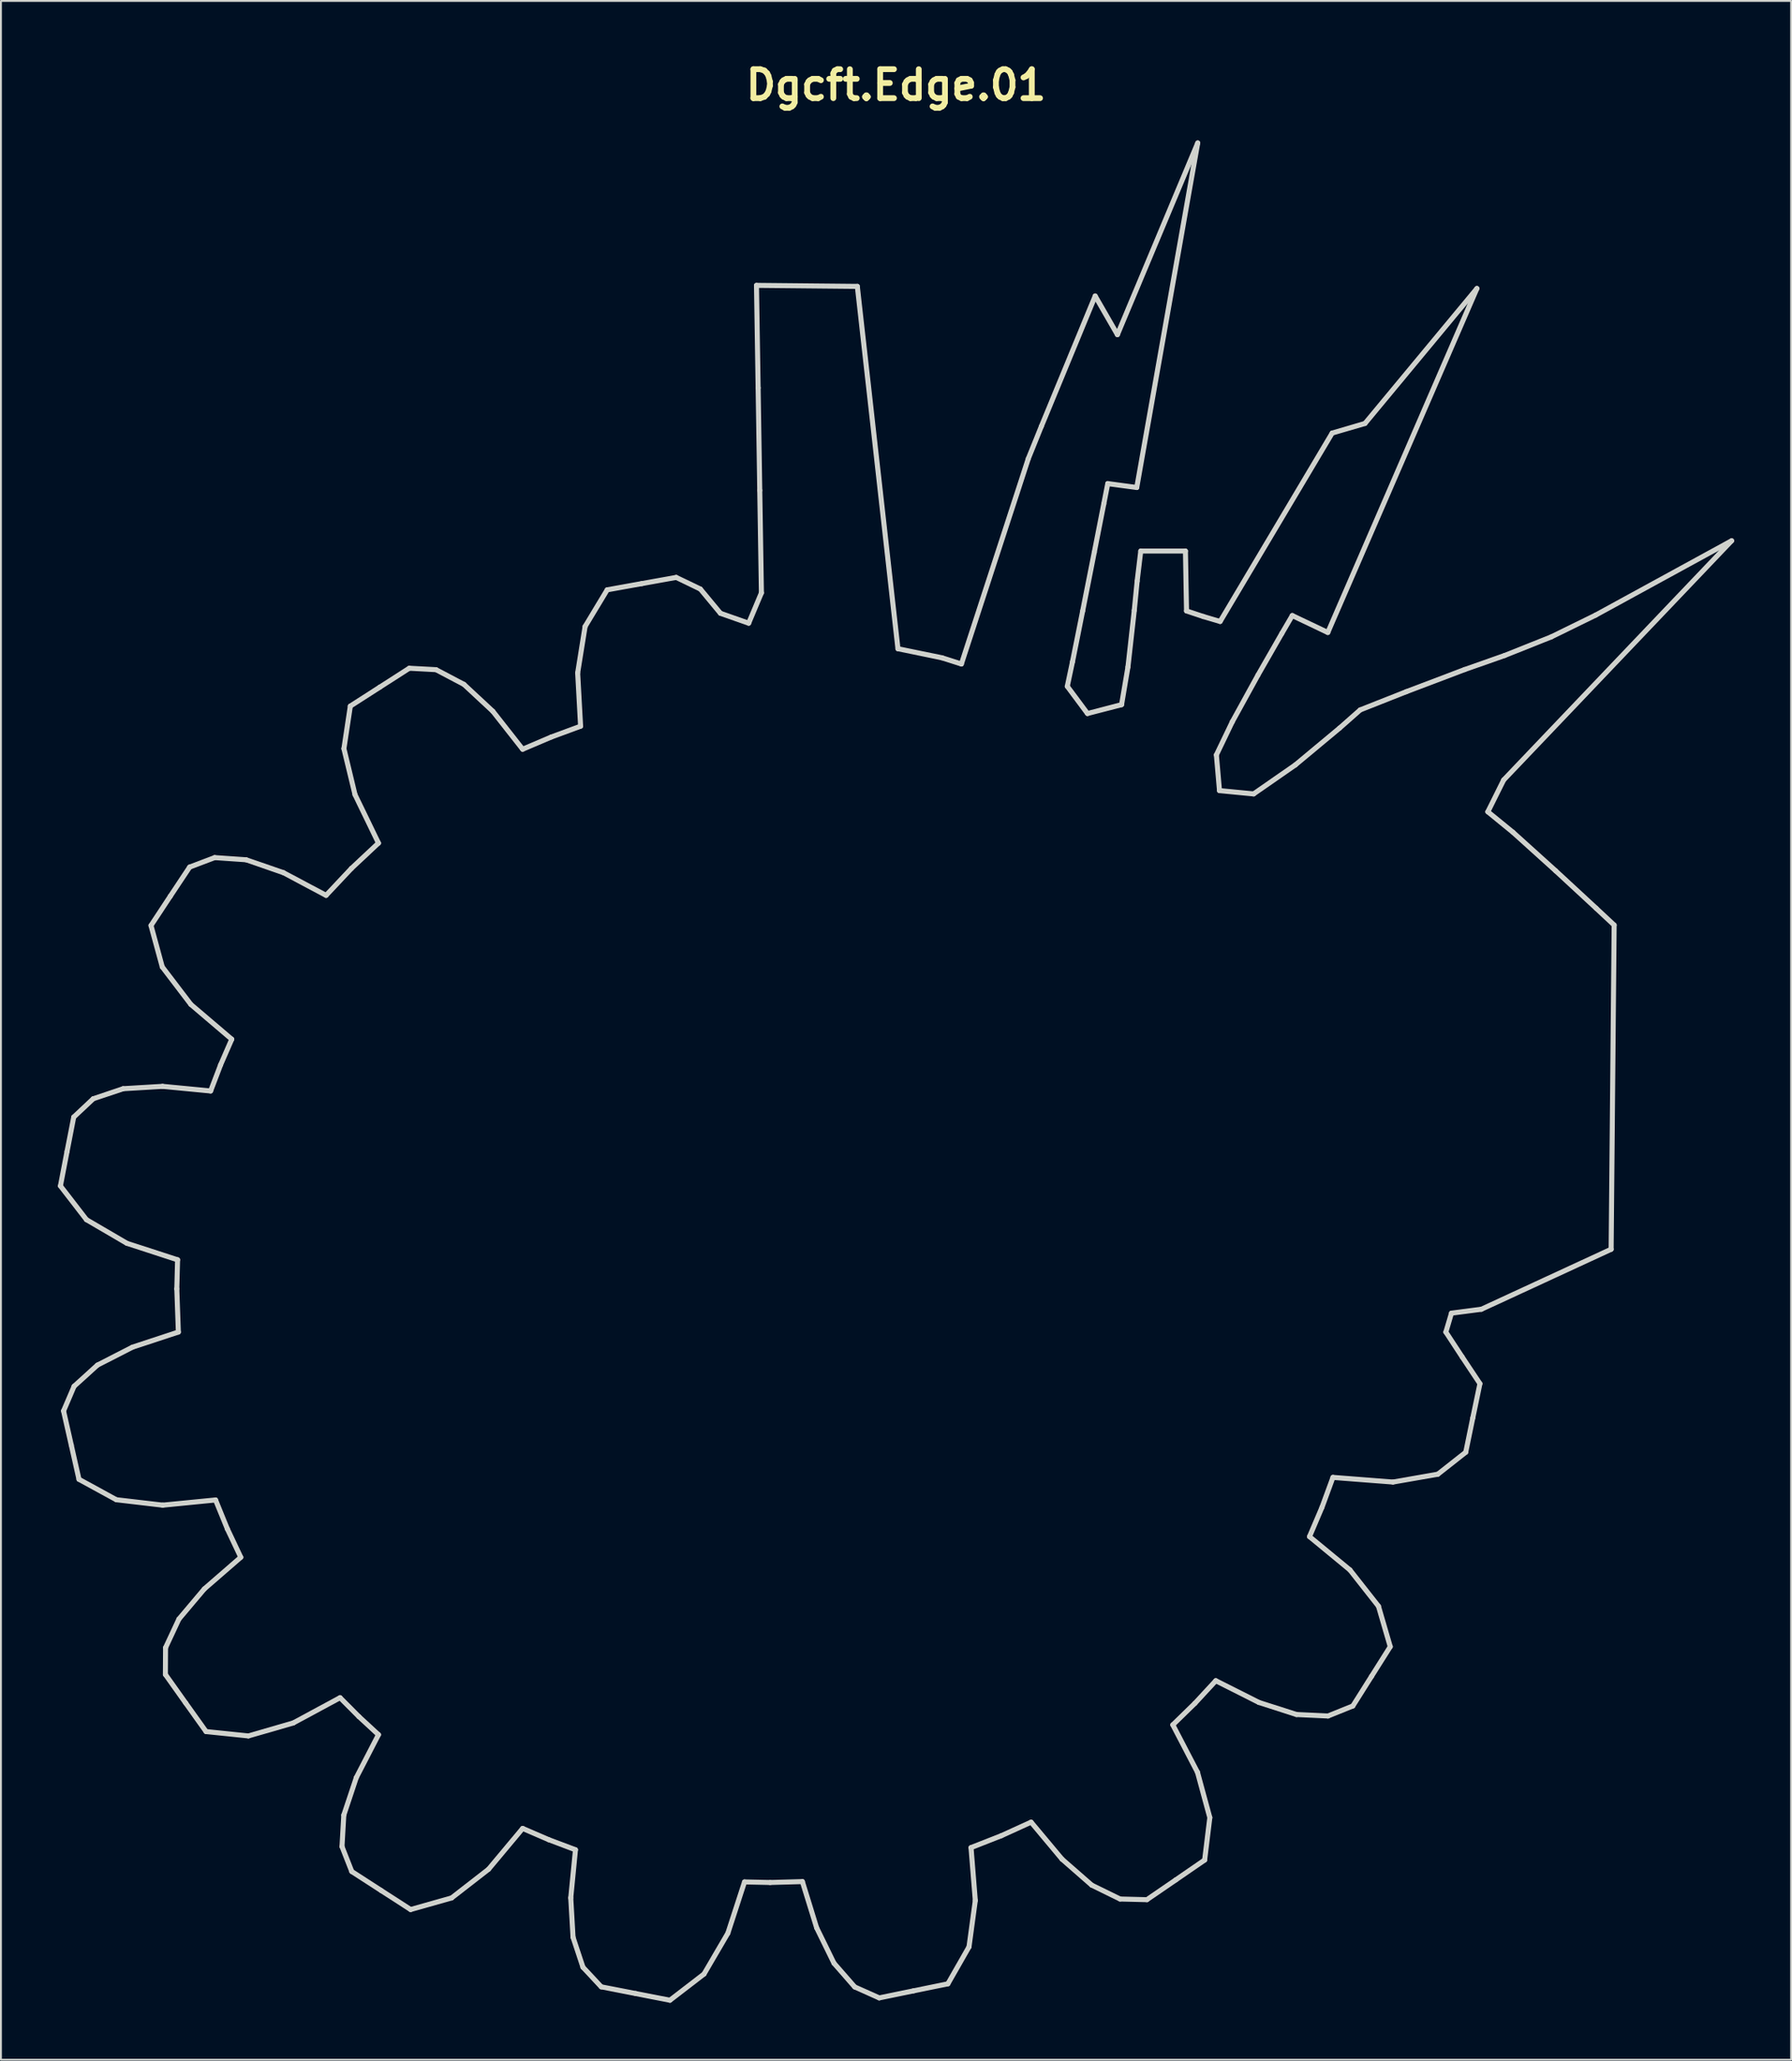
<source format=kicad_pcb>
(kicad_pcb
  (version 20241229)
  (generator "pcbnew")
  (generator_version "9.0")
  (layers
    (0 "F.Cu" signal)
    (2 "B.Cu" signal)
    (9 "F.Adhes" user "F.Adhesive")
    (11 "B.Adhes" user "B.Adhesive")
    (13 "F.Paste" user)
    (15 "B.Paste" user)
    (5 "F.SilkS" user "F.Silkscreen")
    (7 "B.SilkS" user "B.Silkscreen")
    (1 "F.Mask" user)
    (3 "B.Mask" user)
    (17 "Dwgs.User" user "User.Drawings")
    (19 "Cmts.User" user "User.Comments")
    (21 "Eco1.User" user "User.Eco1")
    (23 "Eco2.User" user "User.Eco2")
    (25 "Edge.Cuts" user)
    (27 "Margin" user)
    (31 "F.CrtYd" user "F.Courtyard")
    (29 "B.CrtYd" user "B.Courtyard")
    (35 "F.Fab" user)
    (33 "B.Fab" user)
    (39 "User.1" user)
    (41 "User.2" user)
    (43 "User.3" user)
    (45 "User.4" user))
  (footprint "Dgcft.Edge.01"
    (layer "F.Cu")
    (at 44.132 53.355)
    (property "Reference" "Dgcft.Edge.01" (at 0 -51.928 0) (layer "F.SilkS") (effects (font (size 1.524 1.524) (thickness 0.305))))
    (attr smd)
    (fp_line (start -44 6.019) (end -42.629 7.795) (stroke (width 0.265) (type solid)) (layer "Edge.Cuts"))
    (fp_line (start -43.835 17.862) (end -43.429 19.661) (stroke (width 0.265) (type solid)) (layer "Edge.Cuts"))
    (fp_line (start -43.652 4.205) (end -44 6.019) (stroke (width 0.265) (type solid)) (layer "Edge.Cuts"))
    (fp_line (start -43.429 19.661) (end -43.023 21.461) (stroke (width 0.265) (type solid)) (layer "Edge.Cuts"))
    (fp_line (start -43.3 2.396) (end -43.652 4.205) (stroke (width 0.265) (type solid)) (layer "Edge.Cuts"))
    (fp_line (start -43.281 16.565) (end -43.835 17.862) (stroke (width 0.265) (type solid)) (layer "Edge.Cuts"))
    (fp_line (start -43.023 21.461) (end -41.057 22.536) (stroke (width 0.265) (type solid)) (layer "Edge.Cuts"))
    (fp_line (start -42.629 7.795) (end -40.499 9.039) (stroke (width 0.265) (type solid)) (layer "Edge.Cuts"))
    (fp_line (start -42.271 1.429) (end -43.3 2.396) (stroke (width 0.265) (type solid)) (layer "Edge.Cuts"))
    (fp_line (start -42.052 15.45) (end -43.281 16.565) (stroke (width 0.265) (type solid)) (layer "Edge.Cuts"))
    (fp_line (start -41.057 22.536) (end -38.613 22.822) (stroke (width 0.265) (type solid)) (layer "Edge.Cuts"))
    (fp_line (start -40.696 0.901) (end -42.271 1.429) (stroke (width 0.265) (type solid)) (layer "Edge.Cuts"))
    (fp_line (start -40.499 9.039) (end -37.831 9.906) (stroke (width 0.265) (type solid)) (layer "Edge.Cuts"))
    (fp_line (start -40.203 14.504) (end -42.052 15.45) (stroke (width 0.265) (type solid)) (layer "Edge.Cuts"))
    (fp_line (start -39.231 -7.689) (end -38.638 -5.511) (stroke (width 0.265) (type solid)) (layer "Edge.Cuts"))
    (fp_line (start -38.638 -5.511) (end -37.132 -3.535) (stroke (width 0.265) (type solid)) (layer "Edge.Cuts"))
    (fp_line (start -38.621 0.777) (end -40.696 0.901) (stroke (width 0.265) (type solid)) (layer "Edge.Cuts"))
    (fp_line (start -38.613 22.822) (end -35.832 22.548) (stroke (width 0.265) (type solid)) (layer "Edge.Cuts"))
    (fp_line (start -38.472 31.734) (end -37.404 33.236) (stroke (width 0.265) (type solid)) (layer "Edge.Cuts"))
    (fp_line (start -38.464 30.323) (end -38.472 31.734) (stroke (width 0.265) (type solid)) (layer "Edge.Cuts"))
    (fp_line (start -38.216 -9.229) (end -39.231 -7.689) (stroke (width 0.265) (type solid)) (layer "Edge.Cuts"))
    (fp_line (start -37.872 11.434) (end -37.79 13.71) (stroke (width 0.265) (type solid)) (layer "Edge.Cuts"))
    (fp_line (start -37.831 9.906) (end -37.872 11.434) (stroke (width 0.265) (type solid)) (layer "Edge.Cuts"))
    (fp_line (start -37.79 13.71) (end -40.203 14.504) (stroke (width 0.265) (type solid)) (layer "Edge.Cuts"))
    (fp_line (start -37.762 28.819) (end -38.464 30.323) (stroke (width 0.265) (type solid)) (layer "Edge.Cuts"))
    (fp_line (start -37.404 33.236) (end -36.332 34.738) (stroke (width 0.265) (type solid)) (layer "Edge.Cuts"))
    (fp_line (start -37.196 -10.764) (end -38.216 -9.229) (stroke (width 0.265) (type solid)) (layer "Edge.Cuts"))
    (fp_line (start -37.132 -3.535) (end -34.979 -1.703) (stroke (width 0.265) (type solid)) (layer "Edge.Cuts"))
    (fp_line (start -36.423 27.231) (end -37.762 28.819) (stroke (width 0.265) (type solid)) (layer "Edge.Cuts"))
    (fp_line (start -36.332 34.738) (end -34.104 34.969) (stroke (width 0.265) (type solid)) (layer "Edge.Cuts"))
    (fp_line (start -36.091 1.02) (end -38.621 0.777) (stroke (width 0.265) (type solid)) (layer "Edge.Cuts"))
    (fp_line (start -35.877 -11.264) (end -37.196 -10.764) (stroke (width 0.265) (type solid)) (layer "Edge.Cuts"))
    (fp_line (start -35.832 22.548) (end -35.207 24.077) (stroke (width 0.265) (type solid)) (layer "Edge.Cuts"))
    (fp_line (start -35.566 -0.356) (end -36.091 1.02) (stroke (width 0.265) (type solid)) (layer "Edge.Cuts"))
    (fp_line (start -35.207 24.077) (end -34.503 25.565) (stroke (width 0.265) (type solid)) (layer "Edge.Cuts"))
    (fp_line (start -34.979 -1.703) (end -35.566 -0.356) (stroke (width 0.265) (type solid)) (layer "Edge.Cuts"))
    (fp_line (start -34.503 25.565) (end -36.423 27.231) (stroke (width 0.265) (type solid)) (layer "Edge.Cuts"))
    (fp_line (start -34.221 -11.149) (end -35.877 -11.264) (stroke (width 0.265) (type solid)) (layer "Edge.Cuts"))
    (fp_line (start -34.104 34.969) (end -31.739 34.286) (stroke (width 0.265) (type solid)) (layer "Edge.Cuts"))
    (fp_line (start -32.256 -10.47) (end -34.221 -11.149) (stroke (width 0.265) (type solid)) (layer "Edge.Cuts"))
    (fp_line (start -31.739 34.286) (end -29.275 32.956) (stroke (width 0.265) (type solid)) (layer "Edge.Cuts"))
    (fp_line (start -30.011 -9.276) (end -32.256 -10.47) (stroke (width 0.265) (type solid)) (layer "Edge.Cuts"))
    (fp_line (start -29.275 32.956) (end -28.284 33.952) (stroke (width 0.265) (type solid)) (layer "Edge.Cuts"))
    (fp_line (start -29.174 40.792) (end -28.658 42.106) (stroke (width 0.265) (type solid)) (layer "Edge.Cuts"))
    (fp_line (start -29.078 39.135) (end -29.174 40.792) (stroke (width 0.265) (type solid)) (layer "Edge.Cuts"))
    (fp_line (start -29.072 -16.999) (end -28.488 -14.577) (stroke (width 0.265) (type solid)) (layer "Edge.Cuts"))
    (fp_line (start -28.735 -19.238) (end -29.072 -16.999) (stroke (width 0.265) (type solid)) (layer "Edge.Cuts"))
    (fp_line (start -28.676 -10.696) (end -30.011 -9.276) (stroke (width 0.265) (type solid)) (layer "Edge.Cuts"))
    (fp_line (start -28.658 42.106) (end -27.111 43.106) (stroke (width 0.265) (type solid)) (layer "Edge.Cuts"))
    (fp_line (start -28.488 -14.577) (end -27.253 -12.028) (stroke (width 0.265) (type solid)) (layer "Edge.Cuts"))
    (fp_line (start -28.421 37.163) (end -29.078 39.135) (stroke (width 0.265) (type solid)) (layer "Edge.Cuts"))
    (fp_line (start -28.284 33.952) (end -27.253 34.903) (stroke (width 0.265) (type solid)) (layer "Edge.Cuts"))
    (fp_line (start -27.253 -12.028) (end -28.676 -10.696) (stroke (width 0.265) (type solid)) (layer "Edge.Cuts"))
    (fp_line (start -27.253 34.903) (end -28.421 37.163) (stroke (width 0.265) (type solid)) (layer "Edge.Cuts"))
    (fp_line (start -27.182 -20.235) (end -28.735 -19.238) (stroke (width 0.265) (type solid)) (layer "Edge.Cuts"))
    (fp_line (start -27.111 43.106) (end -25.56 44.106) (stroke (width 0.265) (type solid)) (layer "Edge.Cuts"))
    (fp_line (start -25.63 -21.231) (end -27.182 -20.235) (stroke (width 0.265) (type solid)) (layer "Edge.Cuts"))
    (fp_line (start -25.56 44.106) (end -23.403 43.497) (stroke (width 0.265) (type solid)) (layer "Edge.Cuts"))
    (fp_line (start -24.222 -21.155) (end -25.63 -21.231) (stroke (width 0.265) (type solid)) (layer "Edge.Cuts"))
    (fp_line (start -23.403 43.497) (end -21.457 41.986) (stroke (width 0.265) (type solid)) (layer "Edge.Cuts"))
    (fp_line (start -22.753 -20.381) (end -24.222 -21.155) (stroke (width 0.265) (type solid)) (layer "Edge.Cuts"))
    (fp_line (start -21.457 41.986) (end -19.661 39.837) (stroke (width 0.265) (type solid)) (layer "Edge.Cuts"))
    (fp_line (start -21.231 -18.966) (end -22.753 -20.381) (stroke (width 0.265) (type solid)) (layer "Edge.Cuts"))
    (fp_line (start -19.661 39.837) (end -18.286 40.431) (stroke (width 0.265) (type solid)) (layer "Edge.Cuts"))
    (fp_line (start -19.661 -16.968) (end -21.231 -18.966) (stroke (width 0.265) (type solid)) (layer "Edge.Cuts"))
    (fp_line (start -18.286 40.431) (end -16.88 40.96) (stroke (width 0.265) (type solid)) (layer "Edge.Cuts"))
    (fp_line (start -18.153 -17.611) (end -19.661 -16.968) (stroke (width 0.265) (type solid)) (layer "Edge.Cuts"))
    (fp_line (start -17.128 43.491) (end -17.008 45.566) (stroke (width 0.265) (type solid)) (layer "Edge.Cuts"))
    (fp_line (start -17.008 45.566) (end -16.485 47.143) (stroke (width 0.265) (type solid)) (layer "Edge.Cuts"))
    (fp_line (start -16.88 40.96) (end -17.128 43.491) (stroke (width 0.265) (type solid)) (layer "Edge.Cuts"))
    (fp_line (start -16.764 -20.987) (end -16.609 -18.18) (stroke (width 0.265) (type solid)) (layer "Edge.Cuts"))
    (fp_line (start -16.609 -18.18) (end -18.153 -17.611) (stroke (width 0.265) (type solid)) (layer "Edge.Cuts"))
    (fp_line (start -16.485 47.143) (end -15.522 48.175) (stroke (width 0.265) (type solid)) (layer "Edge.Cuts"))
    (fp_line (start -16.372 -23.43) (end -16.764 -20.987) (stroke (width 0.265) (type solid)) (layer "Edge.Cuts"))
    (fp_line (start -15.522 48.175) (end -13.713 48.528) (stroke (width 0.265) (type solid)) (layer "Edge.Cuts"))
    (fp_line (start -15.209 -25.359) (end -16.372 -23.43) (stroke (width 0.265) (type solid)) (layer "Edge.Cuts"))
    (fp_line (start -13.713 48.528) (end -11.905 48.88) (stroke (width 0.265) (type solid)) (layer "Edge.Cuts"))
    (fp_line (start -13.39 -25.686) (end -15.209 -25.359) (stroke (width 0.265) (type solid)) (layer "Edge.Cuts"))
    (fp_line (start -11.905 48.88) (end -10.111 47.501) (stroke (width 0.265) (type solid)) (layer "Edge.Cuts"))
    (fp_line (start -11.576 -26.012) (end -13.39 -25.686) (stroke (width 0.265) (type solid)) (layer "Edge.Cuts"))
    (fp_line (start -10.304 -25.4) (end -11.576 -26.012) (stroke (width 0.265) (type solid)) (layer "Edge.Cuts"))
    (fp_line (start -10.111 47.501) (end -8.854 45.35) (stroke (width 0.265) (type solid)) (layer "Edge.Cuts"))
    (fp_line (start -9.245 -24.123) (end -10.304 -25.4) (stroke (width 0.265) (type solid)) (layer "Edge.Cuts"))
    (fp_line (start -8.854 45.35) (end -7.977 42.653) (stroke (width 0.265) (type solid)) (layer "Edge.Cuts"))
    (fp_line (start -7.977 42.653) (end -6.63 42.683) (stroke (width 0.265) (type solid)) (layer "Edge.Cuts"))
    (fp_line (start -7.76 -23.602) (end -9.245 -24.123) (stroke (width 0.265) (type solid)) (layer "Edge.Cuts"))
    (fp_line (start -7.348 -41.384) (end -7.261 -35.988) (stroke (width 0.265) (type solid)) (layer "Edge.Cuts"))
    (fp_line (start -7.261 -35.988) (end -7.175 -30.593) (stroke (width 0.265) (type solid)) (layer "Edge.Cuts"))
    (fp_line (start -7.175 -30.593) (end -7.088 -25.198) (stroke (width 0.265) (type solid)) (layer "Edge.Cuts"))
    (fp_line (start -7.088 -25.198) (end -7.76 -23.602) (stroke (width 0.265) (type solid)) (layer "Edge.Cuts"))
    (fp_line (start -6.63 42.683) (end -4.931 42.635) (stroke (width 0.265) (type solid)) (layer "Edge.Cuts"))
    (fp_line (start -4.931 42.635) (end -4.181 45.064) (stroke (width 0.265) (type solid)) (layer "Edge.Cuts"))
    (fp_line (start -4.181 45.064) (end -3.267 46.931) (stroke (width 0.265) (type solid)) (layer "Edge.Cuts"))
    (fp_line (start -3.267 46.931) (end -2.175 48.181) (stroke (width 0.265) (type solid)) (layer "Edge.Cuts"))
    (fp_line (start -2.175 48.181) (end -0.885 48.757) (stroke (width 0.265) (type solid)) (layer "Edge.Cuts"))
    (fp_line (start -2.038 -41.331) (end -7.348 -41.384) (stroke (width 0.265) (type solid)) (layer "Edge.Cuts"))
    (fp_line (start -0.885 48.757) (end 0.923 48.386) (stroke (width 0.265) (type solid)) (layer "Edge.Cuts"))
    (fp_line (start 0.101 -22.258) (end -2.038 -41.331) (stroke (width 0.265) (type solid)) (layer "Edge.Cuts"))
    (fp_line (start 0.923 48.386) (end 2.731 48.016) (stroke (width 0.265) (type solid)) (layer "Edge.Cuts"))
    (fp_line (start 2.425 -21.779) (end 0.101 -22.258) (stroke (width 0.265) (type solid)) (layer "Edge.Cuts"))
    (fp_line (start 2.731 48.016) (end 3.843 46.07) (stroke (width 0.265) (type solid)) (layer "Edge.Cuts"))
    (fp_line (start 3.442 -21.455) (end 2.425 -21.779) (stroke (width 0.265) (type solid)) (layer "Edge.Cuts"))
    (fp_line (start 3.843 46.07) (end 4.174 43.632) (stroke (width 0.265) (type solid)) (layer "Edge.Cuts"))
    (fp_line (start 3.949 40.847) (end 5.553 40.217) (stroke (width 0.265) (type solid)) (layer "Edge.Cuts"))
    (fp_line (start 4.174 43.632) (end 3.949 40.847) (stroke (width 0.265) (type solid)) (layer "Edge.Cuts"))
    (fp_line (start 5.553 40.217) (end 7.112 39.507) (stroke (width 0.265) (type solid)) (layer "Edge.Cuts"))
    (fp_line (start 6.965 -32.263) (end 3.442 -21.455) (stroke (width 0.265) (type solid)) (layer "Edge.Cuts"))
    (fp_line (start 7.112 39.507) (end 8.743 41.457) (stroke (width 0.265) (type solid)) (layer "Edge.Cuts"))
    (fp_line (start 7.651 -33.959) (end 6.965 -32.263) (stroke (width 0.265) (type solid)) (layer "Edge.Cuts"))
    (fp_line (start 8.743 41.457) (end 10.307 42.824) (stroke (width 0.265) (type solid)) (layer "Edge.Cuts"))
    (fp_line (start 9.018 -20.279) (end 9.293 -21.575) (stroke (width 0.265) (type solid)) (layer "Edge.Cuts"))
    (fp_line (start 9.293 -21.575) (end 9.828 -24.245) (stroke (width 0.265) (type solid)) (layer "Edge.Cuts"))
    (fp_line (start 9.828 -24.245) (end 10.439 -27.334) (stroke (width 0.265) (type solid)) (layer "Edge.Cuts"))
    (fp_line (start 10.082 -18.848) (end 9.018 -20.279) (stroke (width 0.265) (type solid)) (layer "Edge.Cuts"))
    (fp_line (start 10.307 42.824) (end 11.798 43.553) (stroke (width 0.265) (type solid)) (layer "Edge.Cuts"))
    (fp_line (start 10.439 -27.334) (end 10.941 -29.887) (stroke (width 0.265) (type solid)) (layer "Edge.Cuts"))
    (fp_line (start 10.487 -40.825) (end 7.651 -33.959) (stroke (width 0.265) (type solid)) (layer "Edge.Cuts"))
    (fp_line (start 10.941 -29.887) (end 11.149 -30.95) (stroke (width 0.265) (type solid)) (layer "Edge.Cuts"))
    (fp_line (start 11.149 -30.95) (end 12.676 -30.745) (stroke (width 0.265) (type solid)) (layer "Edge.Cuts"))
    (fp_line (start 11.658 -38.79) (end 10.487 -40.825) (stroke (width 0.265) (type solid)) (layer "Edge.Cuts"))
    (fp_line (start 11.798 43.553) (end 13.21 43.588) (stroke (width 0.265) (type solid)) (layer "Edge.Cuts"))
    (fp_line (start 11.876 -19.314) (end 10.082 -18.848) (stroke (width 0.265) (type solid)) (layer "Edge.Cuts"))
    (fp_line (start 12.213 -21.3) (end 11.876 -19.314) (stroke (width 0.265) (type solid)) (layer "Edge.Cuts"))
    (fp_line (start 12.546 -24.279) (end 12.213 -21.3) (stroke (width 0.265) (type solid)) (layer "Edge.Cuts"))
    (fp_line (start 12.676 -30.745) (end 15.887 -48.88) (stroke (width 0.265) (type solid)) (layer "Edge.Cuts"))
    (fp_line (start 12.696 -25.814) (end 12.546 -24.279) (stroke (width 0.265) (type solid)) (layer "Edge.Cuts"))
    (fp_line (start 12.887 -27.4) (end 12.696 -25.814) (stroke (width 0.265) (type solid)) (layer "Edge.Cuts"))
    (fp_line (start 13.21 43.588) (end 14.731 42.546) (stroke (width 0.265) (type solid)) (layer "Edge.Cuts"))
    (fp_line (start 14.575 34.385) (end 15.738 33.252) (stroke (width 0.265) (type solid)) (layer "Edge.Cuts"))
    (fp_line (start 14.731 42.546) (end 16.251 41.5) (stroke (width 0.265) (type solid)) (layer "Edge.Cuts"))
    (fp_line (start 15.24 -27.4) (end 12.887 -27.4) (stroke (width 0.265) (type solid)) (layer "Edge.Cuts"))
    (fp_line (start 15.297 -24.246) (end 15.24 -27.4) (stroke (width 0.265) (type solid)) (layer "Edge.Cuts"))
    (fp_line (start 15.738 33.252) (end 16.838 32.062) (stroke (width 0.265) (type solid)) (layer "Edge.Cuts"))
    (fp_line (start 15.874 36.881) (end 14.575 34.385) (stroke (width 0.265) (type solid)) (layer "Edge.Cuts"))
    (fp_line (start 15.887 -48.88) (end 11.658 -38.79) (stroke (width 0.265) (type solid)) (layer "Edge.Cuts"))
    (fp_line (start 16.184 -23.952) (end 15.297 -24.246) (stroke (width 0.265) (type solid)) (layer "Edge.Cuts"))
    (fp_line (start 16.251 41.5) (end 16.523 39.267) (stroke (width 0.265) (type solid)) (layer "Edge.Cuts"))
    (fp_line (start 16.523 39.267) (end 15.874 36.881) (stroke (width 0.265) (type solid)) (layer "Edge.Cuts"))
    (fp_line (start 16.838 32.062) (end 19.109 33.206) (stroke (width 0.265) (type solid)) (layer "Edge.Cuts"))
    (fp_line (start 16.869 -16.669) (end 17.708 -18.415) (stroke (width 0.265) (type solid)) (layer "Edge.Cuts"))
    (fp_line (start 17.033 -14.79) (end 16.869 -16.669) (stroke (width 0.265) (type solid)) (layer "Edge.Cuts"))
    (fp_line (start 17.066 -23.692) (end 16.184 -23.952) (stroke (width 0.265) (type solid)) (layer "Edge.Cuts"))
    (fp_line (start 17.708 -18.415) (end 19.058 -20.87) (stroke (width 0.265) (type solid)) (layer "Edge.Cuts"))
    (fp_line (start 18.829 -14.616) (end 17.033 -14.79) (stroke (width 0.265) (type solid)) (layer "Edge.Cuts"))
    (fp_line (start 19.058 -20.87) (end 20.312 -23.058) (stroke (width 0.265) (type solid)) (layer "Edge.Cuts"))
    (fp_line (start 19.109 33.206) (end 21.088 33.841) (stroke (width 0.265) (type solid)) (layer "Edge.Cuts"))
    (fp_line (start 20.312 -23.058) (end 20.865 -24.004) (stroke (width 0.265) (type solid)) (layer "Edge.Cuts"))
    (fp_line (start 20.865 -24.004) (end 22.736 -23.113) (stroke (width 0.265) (type solid)) (layer "Edge.Cuts"))
    (fp_line (start 21.026 -16.141) (end 18.829 -14.616) (stroke (width 0.265) (type solid)) (layer "Edge.Cuts"))
    (fp_line (start 21.088 33.841) (end 22.745 33.919) (stroke (width 0.265) (type solid)) (layer "Edge.Cuts"))
    (fp_line (start 21.772 24.477) (end 22.429 22.936) (stroke (width 0.265) (type solid)) (layer "Edge.Cuts"))
    (fp_line (start 22.429 22.936) (end 23.007 21.36) (stroke (width 0.265) (type solid)) (layer "Edge.Cuts"))
    (fp_line (start 22.736 -23.113) (end 30.587 -41.219) (stroke (width 0.265) (type solid)) (layer "Edge.Cuts"))
    (fp_line (start 22.745 33.919) (end 24.054 33.392) (stroke (width 0.265) (type solid)) (layer "Edge.Cuts"))
    (fp_line (start 22.966 -33.61) (end 17.066 -23.692) (stroke (width 0.265) (type solid)) (layer "Edge.Cuts"))
    (fp_line (start 23.007 21.36) (end 26.168 21.605) (stroke (width 0.265) (type solid)) (layer "Edge.Cuts"))
    (fp_line (start 23.357 -18.081) (end 21.026 -16.141) (stroke (width 0.265) (type solid)) (layer "Edge.Cuts"))
    (fp_line (start 23.902 26.232) (end 21.772 24.477) (stroke (width 0.265) (type solid)) (layer "Edge.Cuts"))
    (fp_line (start 24.054 33.392) (end 25.039 31.83) (stroke (width 0.265) (type solid)) (layer "Edge.Cuts"))
    (fp_line (start 24.442 -19.038) (end 23.357 -18.081) (stroke (width 0.265) (type solid)) (layer "Edge.Cuts"))
    (fp_line (start 24.694 -34.116) (end 22.966 -33.61) (stroke (width 0.265) (type solid)) (layer "Edge.Cuts"))
    (fp_line (start 25.039 31.83) (end 26.024 30.269) (stroke (width 0.265) (type solid)) (layer "Edge.Cuts"))
    (fp_line (start 25.404 28.141) (end 23.902 26.232) (stroke (width 0.265) (type solid)) (layer "Edge.Cuts"))
    (fp_line (start 26.024 30.269) (end 25.404 28.141) (stroke (width 0.265) (type solid)) (layer "Edge.Cuts"))
    (fp_line (start 26.168 21.605) (end 28.531 21.192) (stroke (width 0.265) (type solid)) (layer "Edge.Cuts"))
    (fp_line (start 26.87 -19.997) (end 24.442 -19.038) (stroke (width 0.265) (type solid)) (layer "Edge.Cuts"))
    (fp_line (start 28.531 21.192) (end 29.999 20.037) (stroke (width 0.265) (type solid)) (layer "Edge.Cuts"))
    (fp_line (start 28.953 13.71) (end 29.247 12.715) (stroke (width 0.265) (type solid)) (layer "Edge.Cuts"))
    (fp_line (start 29.247 12.715) (end 30.822 12.51) (stroke (width 0.265) (type solid)) (layer "Edge.Cuts"))
    (fp_line (start 29.811 15.02) (end 28.953 13.71) (stroke (width 0.265) (type solid)) (layer "Edge.Cuts"))
    (fp_line (start 29.94 -21.161) (end 26.87 -19.997) (stroke (width 0.265) (type solid)) (layer "Edge.Cuts"))
    (fp_line (start 29.999 20.037) (end 30.37 18.232) (stroke (width 0.265) (type solid)) (layer "Edge.Cuts"))
    (fp_line (start 30.37 18.232) (end 30.746 16.427) (stroke (width 0.265) (type solid)) (layer "Edge.Cuts"))
    (fp_line (start 30.587 -41.219) (end 24.694 -34.116) (stroke (width 0.265) (type solid)) (layer "Edge.Cuts"))
    (fp_line (start 30.746 16.427) (end 29.811 15.02) (stroke (width 0.265) (type solid)) (layer "Edge.Cuts"))
    (fp_line (start 30.822 12.51) (end 37.655 9.353) (stroke (width 0.265) (type solid)) (layer "Edge.Cuts"))
    (fp_line (start 31.163 -13.675) (end 31.998 -15.352) (stroke (width 0.265) (type solid)) (layer "Edge.Cuts"))
    (fp_line (start 31.998 -15.352) (end 44 -27.941) (stroke (width 0.265) (type solid)) (layer "Edge.Cuts"))
    (fp_line (start 32.05 -21.903) (end 29.94 -21.161) (stroke (width 0.265) (type solid)) (layer "Edge.Cuts"))
    (fp_line (start 32.485 -12.597) (end 31.163 -13.675) (stroke (width 0.265) (type solid)) (layer "Edge.Cuts"))
    (fp_line (start 34.498 -22.879) (end 32.05 -21.903) (stroke (width 0.265) (type solid)) (layer "Edge.Cuts"))
    (fp_line (start 34.74 -10.563) (end 32.485 -12.597) (stroke (width 0.265) (type solid)) (layer "Edge.Cuts"))
    (fp_line (start 36.838 -24.026) (end 34.498 -22.879) (stroke (width 0.265) (type solid)) (layer "Edge.Cuts"))
    (fp_line (start 36.869 -8.595) (end 34.74 -10.563) (stroke (width 0.265) (type solid)) (layer "Edge.Cuts"))
    (fp_line (start 37.655 9.353) (end 37.814 -7.713) (stroke (width 0.265) (type solid)) (layer "Edge.Cuts"))
    (fp_line (start 37.814 -7.713) (end 36.869 -8.595) (stroke (width 0.265) (type solid)) (layer "Edge.Cuts"))
    (fp_line (start 44 -27.941) (end 36.838 -24.026) (stroke (width 0.265) (type solid)) (layer "Edge.Cuts")))
  (gr_rect
    (start -3 -3)
    (end 91.264 105.368)
    (stroke (width 0.1) (type default))
    (fill no)
    (layer "Edge.Cuts")))
</source>
